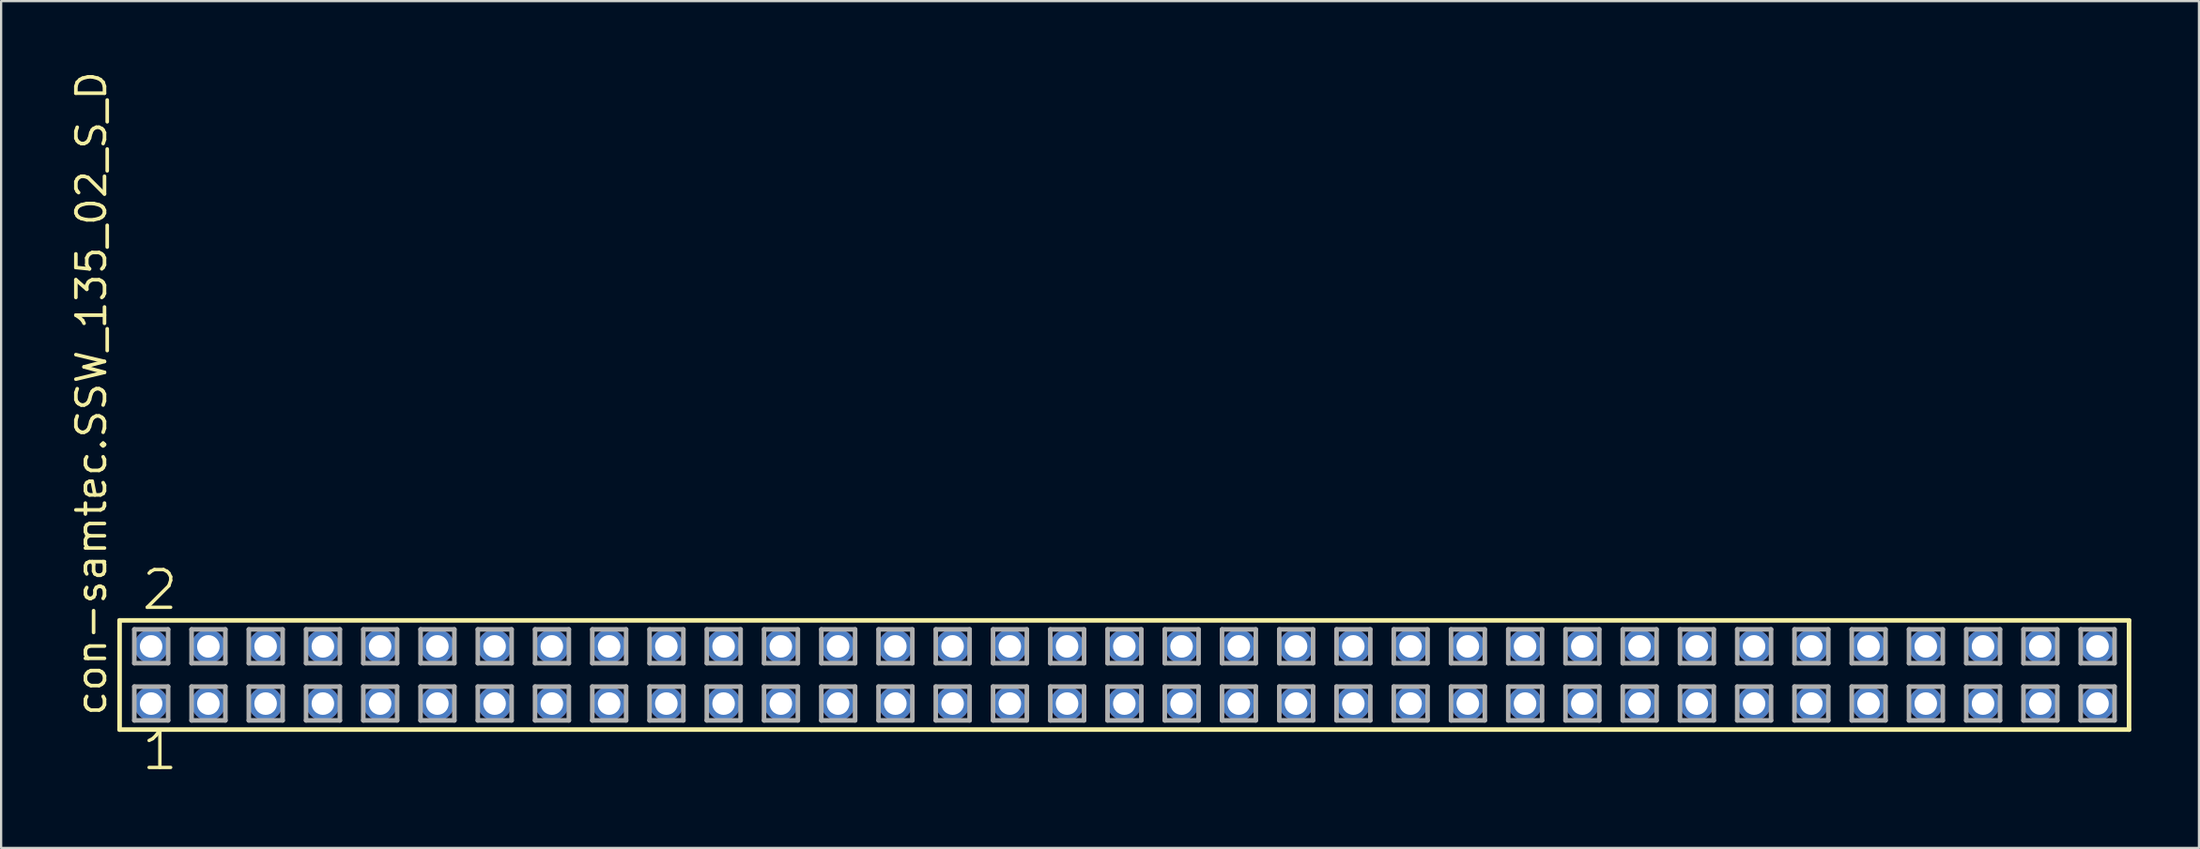
<source format=kicad_pcb>
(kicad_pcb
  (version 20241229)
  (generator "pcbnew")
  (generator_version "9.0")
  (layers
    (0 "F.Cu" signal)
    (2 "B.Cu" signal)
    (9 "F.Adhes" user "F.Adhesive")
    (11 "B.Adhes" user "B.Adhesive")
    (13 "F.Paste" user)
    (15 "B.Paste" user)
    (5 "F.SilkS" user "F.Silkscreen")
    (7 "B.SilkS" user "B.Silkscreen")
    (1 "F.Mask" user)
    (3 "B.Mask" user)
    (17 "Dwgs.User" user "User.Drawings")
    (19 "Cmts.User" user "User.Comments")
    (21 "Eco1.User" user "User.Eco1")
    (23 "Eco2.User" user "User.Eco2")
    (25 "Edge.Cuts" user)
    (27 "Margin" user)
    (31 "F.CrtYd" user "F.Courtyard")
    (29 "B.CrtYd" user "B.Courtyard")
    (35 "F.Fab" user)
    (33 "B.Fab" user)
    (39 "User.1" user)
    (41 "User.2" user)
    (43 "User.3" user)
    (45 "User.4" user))
  (footprint "con-samtec.SSW_135_02_S_D"
    (layer "F.Cu")
    (at 46.835 26.926)
    (property "Reference" "con-samtec.SSW_135_02_S_D" (at -45.085 1.905 90) (layer "F.SilkS") (effects (font (size 1.27 1.27) (thickness 0.16)) (justify left bottom)))
    (attr through_hole)
    (fp_line (start -44.579 -2.425) (end 44.579 -2.425) (stroke (width 0.203) (type default)) (layer "F.SilkS"))
    (fp_line (start -44.579 2.425) (end -44.579 -2.425) (stroke (width 0.203) (type default)) (layer "F.SilkS"))
    (fp_line (start 44.579 -2.425) (end 44.579 2.425) (stroke (width 0.203) (type default)) (layer "F.SilkS"))
    (fp_line (start 44.579 2.425) (end -44.579 2.425) (stroke (width 0.203) (type default)) (layer "F.SilkS"))
    (fp_line (start -43.925 -2.025) (end -42.425 -2.025) (stroke (width 0.203) (type default)) (layer "F.Fab"))
    (fp_line (start -43.925 -0.525) (end -43.925 -2.025) (stroke (width 0.203) (type default)) (layer "F.Fab"))
    (fp_line (start -43.925 0.515) (end -42.425 0.515) (stroke (width 0.203) (type default)) (layer "F.Fab"))
    (fp_line (start -43.925 2.015) (end -43.925 0.515) (stroke (width 0.203) (type default)) (layer "F.Fab"))
    (fp_line (start -42.425 -2.025) (end -42.425 -0.525) (stroke (width 0.203) (type default)) (layer "F.Fab"))
    (fp_line (start -42.425 -0.525) (end -43.925 -0.525) (stroke (width 0.203) (type default)) (layer "F.Fab"))
    (fp_line (start -42.425 0.515) (end -42.425 2.015) (stroke (width 0.203) (type default)) (layer "F.Fab"))
    (fp_line (start -42.425 2.015) (end -43.925 2.015) (stroke (width 0.203) (type default)) (layer "F.Fab"))
    (fp_line (start -41.385 -2.025) (end -39.885 -2.025) (stroke (width 0.203) (type default)) (layer "F.Fab"))
    (fp_line (start -41.385 -0.525) (end -41.385 -2.025) (stroke (width 0.203) (type default)) (layer "F.Fab"))
    (fp_line (start -41.385 0.515) (end -39.885 0.515) (stroke (width 0.203) (type default)) (layer "F.Fab"))
    (fp_line (start -41.385 2.015) (end -41.385 0.515) (stroke (width 0.203) (type default)) (layer "F.Fab"))
    (fp_line (start -39.885 -2.025) (end -39.885 -0.525) (stroke (width 0.203) (type default)) (layer "F.Fab"))
    (fp_line (start -39.885 -0.525) (end -41.385 -0.525) (stroke (width 0.203) (type default)) (layer "F.Fab"))
    (fp_line (start -39.885 0.515) (end -39.885 2.015) (stroke (width 0.203) (type default)) (layer "F.Fab"))
    (fp_line (start -39.885 2.015) (end -41.385 2.015) (stroke (width 0.203) (type default)) (layer "F.Fab"))
    (fp_line (start -38.845 -2.025) (end -37.345 -2.025) (stroke (width 0.203) (type default)) (layer "F.Fab"))
    (fp_line (start -38.845 -0.525) (end -38.845 -2.025) (stroke (width 0.203) (type default)) (layer "F.Fab"))
    (fp_line (start -38.845 0.515) (end -37.345 0.515) (stroke (width 0.203) (type default)) (layer "F.Fab"))
    (fp_line (start -38.845 2.015) (end -38.845 0.515) (stroke (width 0.203) (type default)) (layer "F.Fab"))
    (fp_line (start -37.345 -2.025) (end -37.345 -0.525) (stroke (width 0.203) (type default)) (layer "F.Fab"))
    (fp_line (start -37.345 -0.525) (end -38.845 -0.525) (stroke (width 0.203) (type default)) (layer "F.Fab"))
    (fp_line (start -37.345 0.515) (end -37.345 2.015) (stroke (width 0.203) (type default)) (layer "F.Fab"))
    (fp_line (start -37.345 2.015) (end -38.845 2.015) (stroke (width 0.203) (type default)) (layer "F.Fab"))
    (fp_line (start -36.305 -2.025) (end -34.805 -2.025) (stroke (width 0.203) (type default)) (layer "F.Fab"))
    (fp_line (start -36.305 -0.525) (end -36.305 -2.025) (stroke (width 0.203) (type default)) (layer "F.Fab"))
    (fp_line (start -36.305 0.515) (end -34.805 0.515) (stroke (width 0.203) (type default)) (layer "F.Fab"))
    (fp_line (start -36.305 2.015) (end -36.305 0.515) (stroke (width 0.203) (type default)) (layer "F.Fab"))
    (fp_line (start -34.805 -2.025) (end -34.805 -0.525) (stroke (width 0.203) (type default)) (layer "F.Fab"))
    (fp_line (start -34.805 -0.525) (end -36.305 -0.525) (stroke (width 0.203) (type default)) (layer "F.Fab"))
    (fp_line (start -34.805 0.515) (end -34.805 2.015) (stroke (width 0.203) (type default)) (layer "F.Fab"))
    (fp_line (start -34.805 2.015) (end -36.305 2.015) (stroke (width 0.203) (type default)) (layer "F.Fab"))
    (fp_line (start -33.765 -2.025) (end -32.265 -2.025) (stroke (width 0.203) (type default)) (layer "F.Fab"))
    (fp_line (start -33.765 -0.525) (end -33.765 -2.025) (stroke (width 0.203) (type default)) (layer "F.Fab"))
    (fp_line (start -33.765 0.515) (end -32.265 0.515) (stroke (width 0.203) (type default)) (layer "F.Fab"))
    (fp_line (start -33.765 2.015) (end -33.765 0.515) (stroke (width 0.203) (type default)) (layer "F.Fab"))
    (fp_line (start -32.265 -2.025) (end -32.265 -0.525) (stroke (width 0.203) (type default)) (layer "F.Fab"))
    (fp_line (start -32.265 -0.525) (end -33.765 -0.525) (stroke (width 0.203) (type default)) (layer "F.Fab"))
    (fp_line (start -32.265 0.515) (end -32.265 2.015) (stroke (width 0.203) (type default)) (layer "F.Fab"))
    (fp_line (start -32.265 2.015) (end -33.765 2.015) (stroke (width 0.203) (type default)) (layer "F.Fab"))
    (fp_line (start -31.225 -2.025) (end -29.725 -2.025) (stroke (width 0.203) (type default)) (layer "F.Fab"))
    (fp_line (start -31.225 -0.525) (end -31.225 -2.025) (stroke (width 0.203) (type default)) (layer "F.Fab"))
    (fp_line (start -31.225 0.515) (end -29.725 0.515) (stroke (width 0.203) (type default)) (layer "F.Fab"))
    (fp_line (start -31.225 2.015) (end -31.225 0.515) (stroke (width 0.203) (type default)) (layer "F.Fab"))
    (fp_line (start -29.725 -2.025) (end -29.725 -0.525) (stroke (width 0.203) (type default)) (layer "F.Fab"))
    (fp_line (start -29.725 -0.525) (end -31.225 -0.525) (stroke (width 0.203) (type default)) (layer "F.Fab"))
    (fp_line (start -29.725 0.515) (end -29.725 2.015) (stroke (width 0.203) (type default)) (layer "F.Fab"))
    (fp_line (start -29.725 2.015) (end -31.225 2.015) (stroke (width 0.203) (type default)) (layer "F.Fab"))
    (fp_line (start -28.685 -2.025) (end -27.185 -2.025) (stroke (width 0.203) (type default)) (layer "F.Fab"))
    (fp_line (start -28.685 -0.525) (end -28.685 -2.025) (stroke (width 0.203) (type default)) (layer "F.Fab"))
    (fp_line (start -28.685 0.515) (end -27.185 0.515) (stroke (width 0.203) (type default)) (layer "F.Fab"))
    (fp_line (start -28.685 2.015) (end -28.685 0.515) (stroke (width 0.203) (type default)) (layer "F.Fab"))
    (fp_line (start -27.185 -2.025) (end -27.185 -0.525) (stroke (width 0.203) (type default)) (layer "F.Fab"))
    (fp_line (start -27.185 -0.525) (end -28.685 -0.525) (stroke (width 0.203) (type default)) (layer "F.Fab"))
    (fp_line (start -27.185 0.515) (end -27.185 2.015) (stroke (width 0.203) (type default)) (layer "F.Fab"))
    (fp_line (start -27.185 2.015) (end -28.685 2.015) (stroke (width 0.203) (type default)) (layer "F.Fab"))
    (fp_line (start -26.145 -2.025) (end -24.645 -2.025) (stroke (width 0.203) (type default)) (layer "F.Fab"))
    (fp_line (start -26.145 -0.525) (end -26.145 -2.025) (stroke (width 0.203) (type default)) (layer "F.Fab"))
    (fp_line (start -26.145 0.515) (end -24.645 0.515) (stroke (width 0.203) (type default)) (layer "F.Fab"))
    (fp_line (start -26.145 2.015) (end -26.145 0.515) (stroke (width 0.203) (type default)) (layer "F.Fab"))
    (fp_line (start -24.645 -2.025) (end -24.645 -0.525) (stroke (width 0.203) (type default)) (layer "F.Fab"))
    (fp_line (start -24.645 -0.525) (end -26.145 -0.525) (stroke (width 0.203) (type default)) (layer "F.Fab"))
    (fp_line (start -24.645 0.515) (end -24.645 2.015) (stroke (width 0.203) (type default)) (layer "F.Fab"))
    (fp_line (start -24.645 2.015) (end -26.145 2.015) (stroke (width 0.203) (type default)) (layer "F.Fab"))
    (fp_line (start -23.605 -2.025) (end -22.105 -2.025) (stroke (width 0.203) (type default)) (layer "F.Fab"))
    (fp_line (start -23.605 -0.525) (end -23.605 -2.025) (stroke (width 0.203) (type default)) (layer "F.Fab"))
    (fp_line (start -23.605 0.515) (end -22.105 0.515) (stroke (width 0.203) (type default)) (layer "F.Fab"))
    (fp_line (start -23.605 2.015) (end -23.605 0.515) (stroke (width 0.203) (type default)) (layer "F.Fab"))
    (fp_line (start -22.105 -2.025) (end -22.105 -0.525) (stroke (width 0.203) (type default)) (layer "F.Fab"))
    (fp_line (start -22.105 -0.525) (end -23.605 -0.525) (stroke (width 0.203) (type default)) (layer "F.Fab"))
    (fp_line (start -22.105 0.515) (end -22.105 2.015) (stroke (width 0.203) (type default)) (layer "F.Fab"))
    (fp_line (start -22.105 2.015) (end -23.605 2.015) (stroke (width 0.203) (type default)) (layer "F.Fab"))
    (fp_line (start -21.065 -2.025) (end -19.565 -2.025) (stroke (width 0.203) (type default)) (layer "F.Fab"))
    (fp_line (start -21.065 -0.525) (end -21.065 -2.025) (stroke (width 0.203) (type default)) (layer "F.Fab"))
    (fp_line (start -21.065 0.515) (end -19.565 0.515) (stroke (width 0.203) (type default)) (layer "F.Fab"))
    (fp_line (start -21.065 2.015) (end -21.065 0.515) (stroke (width 0.203) (type default)) (layer "F.Fab"))
    (fp_line (start -19.565 -2.025) (end -19.565 -0.525) (stroke (width 0.203) (type default)) (layer "F.Fab"))
    (fp_line (start -19.565 -0.525) (end -21.065 -0.525) (stroke (width 0.203) (type default)) (layer "F.Fab"))
    (fp_line (start -19.565 0.515) (end -19.565 2.015) (stroke (width 0.203) (type default)) (layer "F.Fab"))
    (fp_line (start -19.565 2.015) (end -21.065 2.015) (stroke (width 0.203) (type default)) (layer "F.Fab"))
    (fp_line (start -18.525 -2.025) (end -17.025 -2.025) (stroke (width 0.203) (type default)) (layer "F.Fab"))
    (fp_line (start -18.525 -0.525) (end -18.525 -2.025) (stroke (width 0.203) (type default)) (layer "F.Fab"))
    (fp_line (start -18.525 0.515) (end -17.025 0.515) (stroke (width 0.203) (type default)) (layer "F.Fab"))
    (fp_line (start -18.525 2.015) (end -18.525 0.515) (stroke (width 0.203) (type default)) (layer "F.Fab"))
    (fp_line (start -17.025 -2.025) (end -17.025 -0.525) (stroke (width 0.203) (type default)) (layer "F.Fab"))
    (fp_line (start -17.025 -0.525) (end -18.525 -0.525) (stroke (width 0.203) (type default)) (layer "F.Fab"))
    (fp_line (start -17.025 0.515) (end -17.025 2.015) (stroke (width 0.203) (type default)) (layer "F.Fab"))
    (fp_line (start -17.025 2.015) (end -18.525 2.015) (stroke (width 0.203) (type default)) (layer "F.Fab"))
    (fp_line (start -15.985 -2.025) (end -14.485 -2.025) (stroke (width 0.203) (type default)) (layer "F.Fab"))
    (fp_line (start -15.985 -0.525) (end -15.985 -2.025) (stroke (width 0.203) (type default)) (layer "F.Fab"))
    (fp_line (start -15.985 0.515) (end -14.485 0.515) (stroke (width 0.203) (type default)) (layer "F.Fab"))
    (fp_line (start -15.985 2.015) (end -15.985 0.515) (stroke (width 0.203) (type default)) (layer "F.Fab"))
    (fp_line (start -14.485 -2.025) (end -14.485 -0.525) (stroke (width 0.203) (type default)) (layer "F.Fab"))
    (fp_line (start -14.485 -0.525) (end -15.985 -0.525) (stroke (width 0.203) (type default)) (layer "F.Fab"))
    (fp_line (start -14.485 0.515) (end -14.485 2.015) (stroke (width 0.203) (type default)) (layer "F.Fab"))
    (fp_line (start -14.485 2.015) (end -15.985 2.015) (stroke (width 0.203) (type default)) (layer "F.Fab"))
    (fp_line (start -13.445 -2.025) (end -11.945 -2.025) (stroke (width 0.203) (type default)) (layer "F.Fab"))
    (fp_line (start -13.445 -0.525) (end -13.445 -2.025) (stroke (width 0.203) (type default)) (layer "F.Fab"))
    (fp_line (start -13.445 0.515) (end -11.945 0.515) (stroke (width 0.203) (type default)) (layer "F.Fab"))
    (fp_line (start -13.445 2.015) (end -13.445 0.515) (stroke (width 0.203) (type default)) (layer "F.Fab"))
    (fp_line (start -11.945 -2.025) (end -11.945 -0.525) (stroke (width 0.203) (type default)) (layer "F.Fab"))
    (fp_line (start -11.945 -0.525) (end -13.445 -0.525) (stroke (width 0.203) (type default)) (layer "F.Fab"))
    (fp_line (start -11.945 0.515) (end -11.945 2.015) (stroke (width 0.203) (type default)) (layer "F.Fab"))
    (fp_line (start -11.945 2.015) (end -13.445 2.015) (stroke (width 0.203) (type default)) (layer "F.Fab"))
    (fp_line (start -10.905 -2.025) (end -9.405 -2.025) (stroke (width 0.203) (type default)) (layer "F.Fab"))
    (fp_line (start -10.905 -0.525) (end -10.905 -2.025) (stroke (width 0.203) (type default)) (layer "F.Fab"))
    (fp_line (start -10.905 0.515) (end -9.405 0.515) (stroke (width 0.203) (type default)) (layer "F.Fab"))
    (fp_line (start -10.905 2.015) (end -10.905 0.515) (stroke (width 0.203) (type default)) (layer "F.Fab"))
    (fp_line (start -9.405 -2.025) (end -9.405 -0.525) (stroke (width 0.203) (type default)) (layer "F.Fab"))
    (fp_line (start -9.405 -0.525) (end -10.905 -0.525) (stroke (width 0.203) (type default)) (layer "F.Fab"))
    (fp_line (start -9.405 0.515) (end -9.405 2.015) (stroke (width 0.203) (type default)) (layer "F.Fab"))
    (fp_line (start -9.405 2.015) (end -10.905 2.015) (stroke (width 0.203) (type default)) (layer "F.Fab"))
    (fp_line (start -8.365 -2.025) (end -6.865 -2.025) (stroke (width 0.203) (type default)) (layer "F.Fab"))
    (fp_line (start -8.365 -0.525) (end -8.365 -2.025) (stroke (width 0.203) (type default)) (layer "F.Fab"))
    (fp_line (start -8.365 0.515) (end -6.865 0.515) (stroke (width 0.203) (type default)) (layer "F.Fab"))
    (fp_line (start -8.365 2.015) (end -8.365 0.515) (stroke (width 0.203) (type default)) (layer "F.Fab"))
    (fp_line (start -6.865 -2.025) (end -6.865 -0.525) (stroke (width 0.203) (type default)) (layer "F.Fab"))
    (fp_line (start -6.865 -0.525) (end -8.365 -0.525) (stroke (width 0.203) (type default)) (layer "F.Fab"))
    (fp_line (start -6.865 0.515) (end -6.865 2.015) (stroke (width 0.203) (type default)) (layer "F.Fab"))
    (fp_line (start -6.865 2.015) (end -8.365 2.015) (stroke (width 0.203) (type default)) (layer "F.Fab"))
    (fp_line (start -5.825 -2.025) (end -4.325 -2.025) (stroke (width 0.203) (type default)) (layer "F.Fab"))
    (fp_line (start -5.825 -0.525) (end -5.825 -2.025) (stroke (width 0.203) (type default)) (layer "F.Fab"))
    (fp_line (start -5.825 0.515) (end -4.325 0.515) (stroke (width 0.203) (type default)) (layer "F.Fab"))
    (fp_line (start -5.825 2.015) (end -5.825 0.515) (stroke (width 0.203) (type default)) (layer "F.Fab"))
    (fp_line (start -4.325 -2.025) (end -4.325 -0.525) (stroke (width 0.203) (type default)) (layer "F.Fab"))
    (fp_line (start -4.325 -0.525) (end -5.825 -0.525) (stroke (width 0.203) (type default)) (layer "F.Fab"))
    (fp_line (start -4.325 0.515) (end -4.325 2.015) (stroke (width 0.203) (type default)) (layer "F.Fab"))
    (fp_line (start -4.325 2.015) (end -5.825 2.015) (stroke (width 0.203) (type default)) (layer "F.Fab"))
    (fp_line (start -3.285 -2.025) (end -1.785 -2.025) (stroke (width 0.203) (type default)) (layer "F.Fab"))
    (fp_line (start -3.285 -0.525) (end -3.285 -2.025) (stroke (width 0.203) (type default)) (layer "F.Fab"))
    (fp_line (start -3.285 0.515) (end -1.785 0.515) (stroke (width 0.203) (type default)) (layer "F.Fab"))
    (fp_line (start -3.285 2.015) (end -3.285 0.515) (stroke (width 0.203) (type default)) (layer "F.Fab"))
    (fp_line (start -1.785 -2.025) (end -1.785 -0.525) (stroke (width 0.203) (type default)) (layer "F.Fab"))
    (fp_line (start -1.785 -0.525) (end -3.285 -0.525) (stroke (width 0.203) (type default)) (layer "F.Fab"))
    (fp_line (start -1.785 0.515) (end -1.785 2.015) (stroke (width 0.203) (type default)) (layer "F.Fab"))
    (fp_line (start -1.785 2.015) (end -3.285 2.015) (stroke (width 0.203) (type default)) (layer "F.Fab"))
    (fp_line (start -0.745 -2.025) (end 0.755 -2.025) (stroke (width 0.203) (type default)) (layer "F.Fab"))
    (fp_line (start -0.745 -0.525) (end -0.745 -2.025) (stroke (width 0.203) (type default)) (layer "F.Fab"))
    (fp_line (start -0.745 0.515) (end 0.755 0.515) (stroke (width 0.203) (type default)) (layer "F.Fab"))
    (fp_line (start -0.745 2.015) (end -0.745 0.515) (stroke (width 0.203) (type default)) (layer "F.Fab"))
    (fp_line (start 0.755 -2.025) (end 0.755 -0.525) (stroke (width 0.203) (type default)) (layer "F.Fab"))
    (fp_line (start 0.755 -0.525) (end -0.745 -0.525) (stroke (width 0.203) (type default)) (layer "F.Fab"))
    (fp_line (start 0.755 0.515) (end 0.755 2.015) (stroke (width 0.203) (type default)) (layer "F.Fab"))
    (fp_line (start 0.755 2.015) (end -0.745 2.015) (stroke (width 0.203) (type default)) (layer "F.Fab"))
    (fp_line (start 1.795 -2.025) (end 3.295 -2.025) (stroke (width 0.203) (type default)) (layer "F.Fab"))
    (fp_line (start 1.795 -0.525) (end 1.795 -2.025) (stroke (width 0.203) (type default)) (layer "F.Fab"))
    (fp_line (start 1.795 0.515) (end 3.295 0.515) (stroke (width 0.203) (type default)) (layer "F.Fab"))
    (fp_line (start 1.795 2.015) (end 1.795 0.515) (stroke (width 0.203) (type default)) (layer "F.Fab"))
    (fp_line (start 3.295 -2.025) (end 3.295 -0.525) (stroke (width 0.203) (type default)) (layer "F.Fab"))
    (fp_line (start 3.295 -0.525) (end 1.795 -0.525) (stroke (width 0.203) (type default)) (layer "F.Fab"))
    (fp_line (start 3.295 0.515) (end 3.295 2.015) (stroke (width 0.203) (type default)) (layer "F.Fab"))
    (fp_line (start 3.295 2.015) (end 1.795 2.015) (stroke (width 0.203) (type default)) (layer "F.Fab"))
    (fp_line (start 4.335 -2.025) (end 5.835 -2.025) (stroke (width 0.203) (type default)) (layer "F.Fab"))
    (fp_line (start 4.335 -0.525) (end 4.335 -2.025) (stroke (width 0.203) (type default)) (layer "F.Fab"))
    (fp_line (start 4.335 0.515) (end 5.835 0.515) (stroke (width 0.203) (type default)) (layer "F.Fab"))
    (fp_line (start 4.335 2.015) (end 4.335 0.515) (stroke (width 0.203) (type default)) (layer "F.Fab"))
    (fp_line (start 5.835 -2.025) (end 5.835 -0.525) (stroke (width 0.203) (type default)) (layer "F.Fab"))
    (fp_line (start 5.835 -0.525) (end 4.335 -0.525) (stroke (width 0.203) (type default)) (layer "F.Fab"))
    (fp_line (start 5.835 0.515) (end 5.835 2.015) (stroke (width 0.203) (type default)) (layer "F.Fab"))
    (fp_line (start 5.835 2.015) (end 4.335 2.015) (stroke (width 0.203) (type default)) (layer "F.Fab"))
    (fp_line (start 6.875 -2.025) (end 8.375 -2.025) (stroke (width 0.203) (type default)) (layer "F.Fab"))
    (fp_line (start 6.875 -0.525) (end 6.875 -2.025) (stroke (width 0.203) (type default)) (layer "F.Fab"))
    (fp_line (start 6.875 0.515) (end 8.375 0.515) (stroke (width 0.203) (type default)) (layer "F.Fab"))
    (fp_line (start 6.875 2.015) (end 6.875 0.515) (stroke (width 0.203) (type default)) (layer "F.Fab"))
    (fp_line (start 8.375 -2.025) (end 8.375 -0.525) (stroke (width 0.203) (type default)) (layer "F.Fab"))
    (fp_line (start 8.375 -0.525) (end 6.875 -0.525) (stroke (width 0.203) (type default)) (layer "F.Fab"))
    (fp_line (start 8.375 0.515) (end 8.375 2.015) (stroke (width 0.203) (type default)) (layer "F.Fab"))
    (fp_line (start 8.375 2.015) (end 6.875 2.015) (stroke (width 0.203) (type default)) (layer "F.Fab"))
    (fp_line (start 9.415 -2.025) (end 10.915 -2.025) (stroke (width 0.203) (type default)) (layer "F.Fab"))
    (fp_line (start 9.415 -0.525) (end 9.415 -2.025) (stroke (width 0.203) (type default)) (layer "F.Fab"))
    (fp_line (start 9.415 0.515) (end 10.915 0.515) (stroke (width 0.203) (type default)) (layer "F.Fab"))
    (fp_line (start 9.415 2.015) (end 9.415 0.515) (stroke (width 0.203) (type default)) (layer "F.Fab"))
    (fp_line (start 10.915 -2.025) (end 10.915 -0.525) (stroke (width 0.203) (type default)) (layer "F.Fab"))
    (fp_line (start 10.915 -0.525) (end 9.415 -0.525) (stroke (width 0.203) (type default)) (layer "F.Fab"))
    (fp_line (start 10.915 0.515) (end 10.915 2.015) (stroke (width 0.203) (type default)) (layer "F.Fab"))
    (fp_line (start 10.915 2.015) (end 9.415 2.015) (stroke (width 0.203) (type default)) (layer "F.Fab"))
    (fp_line (start 11.955 -2.025) (end 13.455 -2.025) (stroke (width 0.203) (type default)) (layer "F.Fab"))
    (fp_line (start 11.955 -0.525) (end 11.955 -2.025) (stroke (width 0.203) (type default)) (layer "F.Fab"))
    (fp_line (start 11.955 0.515) (end 13.455 0.515) (stroke (width 0.203) (type default)) (layer "F.Fab"))
    (fp_line (start 11.955 2.015) (end 11.955 0.515) (stroke (width 0.203) (type default)) (layer "F.Fab"))
    (fp_line (start 13.455 -2.025) (end 13.455 -0.525) (stroke (width 0.203) (type default)) (layer "F.Fab"))
    (fp_line (start 13.455 -0.525) (end 11.955 -0.525) (stroke (width 0.203) (type default)) (layer "F.Fab"))
    (fp_line (start 13.455 0.515) (end 13.455 2.015) (stroke (width 0.203) (type default)) (layer "F.Fab"))
    (fp_line (start 13.455 2.015) (end 11.955 2.015) (stroke (width 0.203) (type default)) (layer "F.Fab"))
    (fp_line (start 14.495 -2.025) (end 15.995 -2.025) (stroke (width 0.203) (type default)) (layer "F.Fab"))
    (fp_line (start 14.495 -0.525) (end 14.495 -2.025) (stroke (width 0.203) (type default)) (layer "F.Fab"))
    (fp_line (start 14.495 0.515) (end 15.995 0.515) (stroke (width 0.203) (type default)) (layer "F.Fab"))
    (fp_line (start 14.495 2.015) (end 14.495 0.515) (stroke (width 0.203) (type default)) (layer "F.Fab"))
    (fp_line (start 15.995 -2.025) (end 15.995 -0.525) (stroke (width 0.203) (type default)) (layer "F.Fab"))
    (fp_line (start 15.995 -0.525) (end 14.495 -0.525) (stroke (width 0.203) (type default)) (layer "F.Fab"))
    (fp_line (start 15.995 0.515) (end 15.995 2.015) (stroke (width 0.203) (type default)) (layer "F.Fab"))
    (fp_line (start 15.995 2.015) (end 14.495 2.015) (stroke (width 0.203) (type default)) (layer "F.Fab"))
    (fp_line (start 17.035 -2.025) (end 18.535 -2.025) (stroke (width 0.203) (type default)) (layer "F.Fab"))
    (fp_line (start 17.035 -0.525) (end 17.035 -2.025) (stroke (width 0.203) (type default)) (layer "F.Fab"))
    (fp_line (start 17.035 0.515) (end 18.535 0.515) (stroke (width 0.203) (type default)) (layer "F.Fab"))
    (fp_line (start 17.035 2.015) (end 17.035 0.515) (stroke (width 0.203) (type default)) (layer "F.Fab"))
    (fp_line (start 18.535 -2.025) (end 18.535 -0.525) (stroke (width 0.203) (type default)) (layer "F.Fab"))
    (fp_line (start 18.535 -0.525) (end 17.035 -0.525) (stroke (width 0.203) (type default)) (layer "F.Fab"))
    (fp_line (start 18.535 0.515) (end 18.535 2.015) (stroke (width 0.203) (type default)) (layer "F.Fab"))
    (fp_line (start 18.535 2.015) (end 17.035 2.015) (stroke (width 0.203) (type default)) (layer "F.Fab"))
    (fp_line (start 19.575 -2.025) (end 21.075 -2.025) (stroke (width 0.203) (type default)) (layer "F.Fab"))
    (fp_line (start 19.575 -0.525) (end 19.575 -2.025) (stroke (width 0.203) (type default)) (layer "F.Fab"))
    (fp_line (start 19.575 0.515) (end 21.075 0.515) (stroke (width 0.203) (type default)) (layer "F.Fab"))
    (fp_line (start 19.575 2.015) (end 19.575 0.515) (stroke (width 0.203) (type default)) (layer "F.Fab"))
    (fp_line (start 21.075 -2.025) (end 21.075 -0.525) (stroke (width 0.203) (type default)) (layer "F.Fab"))
    (fp_line (start 21.075 -0.525) (end 19.575 -0.525) (stroke (width 0.203) (type default)) (layer "F.Fab"))
    (fp_line (start 21.075 0.515) (end 21.075 2.015) (stroke (width 0.203) (type default)) (layer "F.Fab"))
    (fp_line (start 21.075 2.015) (end 19.575 2.015) (stroke (width 0.203) (type default)) (layer "F.Fab"))
    (fp_line (start 22.115 -2.025) (end 23.615 -2.025) (stroke (width 0.203) (type default)) (layer "F.Fab"))
    (fp_line (start 22.115 -0.525) (end 22.115 -2.025) (stroke (width 0.203) (type default)) (layer "F.Fab"))
    (fp_line (start 22.115 0.515) (end 23.615 0.515) (stroke (width 0.203) (type default)) (layer "F.Fab"))
    (fp_line (start 22.115 2.015) (end 22.115 0.515) (stroke (width 0.203) (type default)) (layer "F.Fab"))
    (fp_line (start 23.615 -2.025) (end 23.615 -0.525) (stroke (width 0.203) (type default)) (layer "F.Fab"))
    (fp_line (start 23.615 -0.525) (end 22.115 -0.525) (stroke (width 0.203) (type default)) (layer "F.Fab"))
    (fp_line (start 23.615 0.515) (end 23.615 2.015) (stroke (width 0.203) (type default)) (layer "F.Fab"))
    (fp_line (start 23.615 2.015) (end 22.115 2.015) (stroke (width 0.203) (type default)) (layer "F.Fab"))
    (fp_line (start 24.655 -2.025) (end 26.155 -2.025) (stroke (width 0.203) (type default)) (layer "F.Fab"))
    (fp_line (start 24.655 -0.525) (end 24.655 -2.025) (stroke (width 0.203) (type default)) (layer "F.Fab"))
    (fp_line (start 24.655 0.515) (end 26.155 0.515) (stroke (width 0.203) (type default)) (layer "F.Fab"))
    (fp_line (start 24.655 2.015) (end 24.655 0.515) (stroke (width 0.203) (type default)) (layer "F.Fab"))
    (fp_line (start 26.155 -2.025) (end 26.155 -0.525) (stroke (width 0.203) (type default)) (layer "F.Fab"))
    (fp_line (start 26.155 -0.525) (end 24.655 -0.525) (stroke (width 0.203) (type default)) (layer "F.Fab"))
    (fp_line (start 26.155 0.515) (end 26.155 2.015) (stroke (width 0.203) (type default)) (layer "F.Fab"))
    (fp_line (start 26.155 2.015) (end 24.655 2.015) (stroke (width 0.203) (type default)) (layer "F.Fab"))
    (fp_line (start 27.195 -2.025) (end 28.695 -2.025) (stroke (width 0.203) (type default)) (layer "F.Fab"))
    (fp_line (start 27.195 -0.525) (end 27.195 -2.025) (stroke (width 0.203) (type default)) (layer "F.Fab"))
    (fp_line (start 27.195 0.515) (end 28.695 0.515) (stroke (width 0.203) (type default)) (layer "F.Fab"))
    (fp_line (start 27.195 2.015) (end 27.195 0.515) (stroke (width 0.203) (type default)) (layer "F.Fab"))
    (fp_line (start 28.695 -2.025) (end 28.695 -0.525) (stroke (width 0.203) (type default)) (layer "F.Fab"))
    (fp_line (start 28.695 -0.525) (end 27.195 -0.525) (stroke (width 0.203) (type default)) (layer "F.Fab"))
    (fp_line (start 28.695 0.515) (end 28.695 2.015) (stroke (width 0.203) (type default)) (layer "F.Fab"))
    (fp_line (start 28.695 2.015) (end 27.195 2.015) (stroke (width 0.203) (type default)) (layer "F.Fab"))
    (fp_line (start 29.735 -2.025) (end 31.235 -2.025) (stroke (width 0.203) (type default)) (layer "F.Fab"))
    (fp_line (start 29.735 -0.525) (end 29.735 -2.025) (stroke (width 0.203) (type default)) (layer "F.Fab"))
    (fp_line (start 29.735 0.515) (end 31.235 0.515) (stroke (width 0.203) (type default)) (layer "F.Fab"))
    (fp_line (start 29.735 2.015) (end 29.735 0.515) (stroke (width 0.203) (type default)) (layer "F.Fab"))
    (fp_line (start 31.235 -2.025) (end 31.235 -0.525) (stroke (width 0.203) (type default)) (layer "F.Fab"))
    (fp_line (start 31.235 -0.525) (end 29.735 -0.525) (stroke (width 0.203) (type default)) (layer "F.Fab"))
    (fp_line (start 31.235 0.515) (end 31.235 2.015) (stroke (width 0.203) (type default)) (layer "F.Fab"))
    (fp_line (start 31.235 2.015) (end 29.735 2.015) (stroke (width 0.203) (type default)) (layer "F.Fab"))
    (fp_line (start 32.275 -2.025) (end 33.775 -2.025) (stroke (width 0.203) (type default)) (layer "F.Fab"))
    (fp_line (start 32.275 -0.525) (end 32.275 -2.025) (stroke (width 0.203) (type default)) (layer "F.Fab"))
    (fp_line (start 32.275 0.515) (end 33.775 0.515) (stroke (width 0.203) (type default)) (layer "F.Fab"))
    (fp_line (start 32.275 2.015) (end 32.275 0.515) (stroke (width 0.203) (type default)) (layer "F.Fab"))
    (fp_line (start 33.775 -2.025) (end 33.775 -0.525) (stroke (width 0.203) (type default)) (layer "F.Fab"))
    (fp_line (start 33.775 -0.525) (end 32.275 -0.525) (stroke (width 0.203) (type default)) (layer "F.Fab"))
    (fp_line (start 33.775 0.515) (end 33.775 2.015) (stroke (width 0.203) (type default)) (layer "F.Fab"))
    (fp_line (start 33.775 2.015) (end 32.275 2.015) (stroke (width 0.203) (type default)) (layer "F.Fab"))
    (fp_line (start 34.815 -2.025) (end 36.315 -2.025) (stroke (width 0.203) (type default)) (layer "F.Fab"))
    (fp_line (start 34.815 -0.525) (end 34.815 -2.025) (stroke (width 0.203) (type default)) (layer "F.Fab"))
    (fp_line (start 34.815 0.515) (end 36.315 0.515) (stroke (width 0.203) (type default)) (layer "F.Fab"))
    (fp_line (start 34.815 2.015) (end 34.815 0.515) (stroke (width 0.203) (type default)) (layer "F.Fab"))
    (fp_line (start 36.315 -2.025) (end 36.315 -0.525) (stroke (width 0.203) (type default)) (layer "F.Fab"))
    (fp_line (start 36.315 -0.525) (end 34.815 -0.525) (stroke (width 0.203) (type default)) (layer "F.Fab"))
    (fp_line (start 36.315 0.515) (end 36.315 2.015) (stroke (width 0.203) (type default)) (layer "F.Fab"))
    (fp_line (start 36.315 2.015) (end 34.815 2.015) (stroke (width 0.203) (type default)) (layer "F.Fab"))
    (fp_line (start 37.355 -2.025) (end 38.855 -2.025) (stroke (width 0.203) (type default)) (layer "F.Fab"))
    (fp_line (start 37.355 -0.525) (end 37.355 -2.025) (stroke (width 0.203) (type default)) (layer "F.Fab"))
    (fp_line (start 37.355 0.515) (end 38.855 0.515) (stroke (width 0.203) (type default)) (layer "F.Fab"))
    (fp_line (start 37.355 2.015) (end 37.355 0.515) (stroke (width 0.203) (type default)) (layer "F.Fab"))
    (fp_line (start 38.855 -2.025) (end 38.855 -0.525) (stroke (width 0.203) (type default)) (layer "F.Fab"))
    (fp_line (start 38.855 -0.525) (end 37.355 -0.525) (stroke (width 0.203) (type default)) (layer "F.Fab"))
    (fp_line (start 38.855 0.515) (end 38.855 2.015) (stroke (width 0.203) (type default)) (layer "F.Fab"))
    (fp_line (start 38.855 2.015) (end 37.355 2.015) (stroke (width 0.203) (type default)) (layer "F.Fab"))
    (fp_line (start 39.895 -2.025) (end 41.395 -2.025) (stroke (width 0.203) (type default)) (layer "F.Fab"))
    (fp_line (start 39.895 -0.525) (end 39.895 -2.025) (stroke (width 0.203) (type default)) (layer "F.Fab"))
    (fp_line (start 39.895 0.515) (end 41.395 0.515) (stroke (width 0.203) (type default)) (layer "F.Fab"))
    (fp_line (start 39.895 2.015) (end 39.895 0.515) (stroke (width 0.203) (type default)) (layer "F.Fab"))
    (fp_line (start 41.395 -2.025) (end 41.395 -0.525) (stroke (width 0.203) (type default)) (layer "F.Fab"))
    (fp_line (start 41.395 -0.525) (end 39.895 -0.525) (stroke (width 0.203) (type default)) (layer "F.Fab"))
    (fp_line (start 41.395 0.515) (end 41.395 2.015) (stroke (width 0.203) (type default)) (layer "F.Fab"))
    (fp_line (start 41.395 2.015) (end 39.895 2.015) (stroke (width 0.203) (type default)) (layer "F.Fab"))
    (fp_line (start 42.435 -2.025) (end 43.935 -2.025) (stroke (width 0.203) (type default)) (layer "F.Fab"))
    (fp_line (start 42.435 -0.525) (end 42.435 -2.025) (stroke (width 0.203) (type default)) (layer "F.Fab"))
    (fp_line (start 42.435 0.515) (end 43.935 0.515) (stroke (width 0.203) (type default)) (layer "F.Fab"))
    (fp_line (start 42.435 2.015) (end 42.435 0.515) (stroke (width 0.203) (type default)) (layer "F.Fab"))
    (fp_line (start 43.935 -2.025) (end 43.935 -0.525) (stroke (width 0.203) (type default)) (layer "F.Fab"))
    (fp_line (start 43.935 -0.525) (end 42.435 -0.525) (stroke (width 0.203) (type default)) (layer "F.Fab"))
    (fp_line (start 43.935 0.515) (end 43.935 2.015) (stroke (width 0.203) (type default)) (layer "F.Fab"))
    (fp_line (start 43.935 2.015) (end 42.435 2.015) (stroke (width 0.203) (type default)) (layer "F.Fab"))
    (fp_text user "1" (at -43.688 4.318 0) (layer "F.SilkS") (effects (font (size 1.676 1.676) (thickness 0.15)) (justify left bottom)))
    (fp_text user "2" (at -43.688 -2.794 0) (layer "F.SilkS") (effects (font (size 1.676 1.676) (thickness 0.15)) (justify left bottom)))
    (pad "1" thru_hole circle (at -43.18 1.27) (size 1.5 1.5) (drill 1) (layers "*.Cu" "*.Mask"))
    (pad "2" thru_hole circle (at -43.18 -1.27) (size 1.5 1.5) (drill 1) (layers "*.Cu" "*.Mask"))
    (pad "3" thru_hole circle (at -40.64 1.27) (size 1.5 1.5) (drill 1) (layers "*.Cu" "*.Mask"))
    (pad "4" thru_hole circle (at -40.64 -1.27) (size 1.5 1.5) (drill 1) (layers "*.Cu" "*.Mask"))
    (pad "5" thru_hole circle (at -38.1 1.27) (size 1.5 1.5) (drill 1) (layers "*.Cu" "*.Mask"))
    (pad "6" thru_hole circle (at -38.1 -1.27) (size 1.5 1.5) (drill 1) (layers "*.Cu" "*.Mask"))
    (pad "7" thru_hole circle (at -35.56 1.27) (size 1.5 1.5) (drill 1) (layers "*.Cu" "*.Mask"))
    (pad "8" thru_hole circle (at -35.56 -1.27) (size 1.5 1.5) (drill 1) (layers "*.Cu" "*.Mask"))
    (pad "9" thru_hole circle (at -33.02 1.27) (size 1.5 1.5) (drill 1) (layers "*.Cu" "*.Mask"))
    (pad "10" thru_hole circle (at -33.02 -1.27) (size 1.5 1.5) (drill 1) (layers "*.Cu" "*.Mask"))
    (pad "11" thru_hole circle (at -30.48 1.27) (size 1.5 1.5) (drill 1) (layers "*.Cu" "*.Mask"))
    (pad "12" thru_hole circle (at -30.48 -1.27) (size 1.5 1.5) (drill 1) (layers "*.Cu" "*.Mask"))
    (pad "13" thru_hole circle (at -27.94 1.27) (size 1.5 1.5) (drill 1) (layers "*.Cu" "*.Mask"))
    (pad "14" thru_hole circle (at -27.94 -1.27) (size 1.5 1.5) (drill 1) (layers "*.Cu" "*.Mask"))
    (pad "15" thru_hole circle (at -25.4 1.27) (size 1.5 1.5) (drill 1) (layers "*.Cu" "*.Mask"))
    (pad "16" thru_hole circle (at -25.4 -1.27) (size 1.5 1.5) (drill 1) (layers "*.Cu" "*.Mask"))
    (pad "17" thru_hole circle (at -22.86 1.27) (size 1.5 1.5) (drill 1) (layers "*.Cu" "*.Mask"))
    (pad "18" thru_hole circle (at -22.86 -1.27) (size 1.5 1.5) (drill 1) (layers "*.Cu" "*.Mask"))
    (pad "19" thru_hole circle (at -20.32 1.27) (size 1.5 1.5) (drill 1) (layers "*.Cu" "*.Mask"))
    (pad "20" thru_hole circle (at -20.32 -1.27) (size 1.5 1.5) (drill 1) (layers "*.Cu" "*.Mask"))
    (pad "21" thru_hole circle (at -17.78 1.27) (size 1.5 1.5) (drill 1) (layers "*.Cu" "*.Mask"))
    (pad "22" thru_hole circle (at -17.78 -1.27) (size 1.5 1.5) (drill 1) (layers "*.Cu" "*.Mask"))
    (pad "23" thru_hole circle (at -15.24 1.27) (size 1.5 1.5) (drill 1) (layers "*.Cu" "*.Mask"))
    (pad "24" thru_hole circle (at -15.24 -1.27) (size 1.5 1.5) (drill 1) (layers "*.Cu" "*.Mask"))
    (pad "25" thru_hole circle (at -12.7 1.27) (size 1.5 1.5) (drill 1) (layers "*.Cu" "*.Mask"))
    (pad "26" thru_hole circle (at -12.7 -1.27) (size 1.5 1.5) (drill 1) (layers "*.Cu" "*.Mask"))
    (pad "27" thru_hole circle (at -10.16 1.27) (size 1.5 1.5) (drill 1) (layers "*.Cu" "*.Mask"))
    (pad "28" thru_hole circle (at -10.16 -1.27) (size 1.5 1.5) (drill 1) (layers "*.Cu" "*.Mask"))
    (pad "29" thru_hole circle (at -7.62 1.27) (size 1.5 1.5) (drill 1) (layers "*.Cu" "*.Mask"))
    (pad "30" thru_hole circle (at -7.62 -1.27) (size 1.5 1.5) (drill 1) (layers "*.Cu" "*.Mask"))
    (pad "31" thru_hole circle (at -5.08 1.27) (size 1.5 1.5) (drill 1) (layers "*.Cu" "*.Mask"))
    (pad "32" thru_hole circle (at -5.08 -1.27) (size 1.5 1.5) (drill 1) (layers "*.Cu" "*.Mask"))
    (pad "33" thru_hole circle (at -2.54 1.27) (size 1.5 1.5) (drill 1) (layers "*.Cu" "*.Mask"))
    (pad "34" thru_hole circle (at -2.54 -1.27) (size 1.5 1.5) (drill 1) (layers "*.Cu" "*.Mask"))
    (pad "35" thru_hole circle (at 0 1.27) (size 1.5 1.5) (drill 1) (layers "*.Cu" "*.Mask"))
    (pad "36" thru_hole circle (at 0 -1.27) (size 1.5 1.5) (drill 1) (layers "*.Cu" "*.Mask"))
    (pad "37" thru_hole circle (at 2.54 1.27) (size 1.5 1.5) (drill 1) (layers "*.Cu" "*.Mask"))
    (pad "38" thru_hole circle (at 2.54 -1.27) (size 1.5 1.5) (drill 1) (layers "*.Cu" "*.Mask"))
    (pad "39" thru_hole circle (at 5.08 1.27) (size 1.5 1.5) (drill 1) (layers "*.Cu" "*.Mask"))
    (pad "40" thru_hole circle (at 5.08 -1.27) (size 1.5 1.5) (drill 1) (layers "*.Cu" "*.Mask"))
    (pad "41" thru_hole circle (at 7.62 1.27) (size 1.5 1.5) (drill 1) (layers "*.Cu" "*.Mask"))
    (pad "42" thru_hole circle (at 7.62 -1.27) (size 1.5 1.5) (drill 1) (layers "*.Cu" "*.Mask"))
    (pad "43" thru_hole circle (at 10.16 1.27) (size 1.5 1.5) (drill 1) (layers "*.Cu" "*.Mask"))
    (pad "44" thru_hole circle (at 10.16 -1.27) (size 1.5 1.5) (drill 1) (layers "*.Cu" "*.Mask"))
    (pad "45" thru_hole circle (at 12.7 1.27) (size 1.5 1.5) (drill 1) (layers "*.Cu" "*.Mask"))
    (pad "46" thru_hole circle (at 12.7 -1.27) (size 1.5 1.5) (drill 1) (layers "*.Cu" "*.Mask"))
    (pad "47" thru_hole circle (at 15.24 1.27) (size 1.5 1.5) (drill 1) (layers "*.Cu" "*.Mask"))
    (pad "48" thru_hole circle (at 15.24 -1.27) (size 1.5 1.5) (drill 1) (layers "*.Cu" "*.Mask"))
    (pad "49" thru_hole circle (at 17.78 1.27) (size 1.5 1.5) (drill 1) (layers "*.Cu" "*.Mask"))
    (pad "50" thru_hole circle (at 17.78 -1.27) (size 1.5 1.5) (drill 1) (layers "*.Cu" "*.Mask"))
    (pad "51" thru_hole circle (at 20.32 1.27) (size 1.5 1.5) (drill 1) (layers "*.Cu" "*.Mask"))
    (pad "52" thru_hole circle (at 20.32 -1.27) (size 1.5 1.5) (drill 1) (layers "*.Cu" "*.Mask"))
    (pad "53" thru_hole circle (at 22.86 1.27) (size 1.5 1.5) (drill 1) (layers "*.Cu" "*.Mask"))
    (pad "54" thru_hole circle (at 22.86 -1.27) (size 1.5 1.5) (drill 1) (layers "*.Cu" "*.Mask"))
    (pad "55" thru_hole circle (at 25.4 1.27) (size 1.5 1.5) (drill 1) (layers "*.Cu" "*.Mask"))
    (pad "56" thru_hole circle (at 25.4 -1.27) (size 1.5 1.5) (drill 1) (layers "*.Cu" "*.Mask"))
    (pad "57" thru_hole circle (at 27.94 1.27) (size 1.5 1.5) (drill 1) (layers "*.Cu" "*.Mask"))
    (pad "58" thru_hole circle (at 27.94 -1.27) (size 1.5 1.5) (drill 1) (layers "*.Cu" "*.Mask"))
    (pad "59" thru_hole circle (at 30.48 1.27) (size 1.5 1.5) (drill 1) (layers "*.Cu" "*.Mask"))
    (pad "60" thru_hole circle (at 30.48 -1.27) (size 1.5 1.5) (drill 1) (layers "*.Cu" "*.Mask"))
    (pad "61" thru_hole circle (at 33.02 1.27) (size 1.5 1.5) (drill 1) (layers "*.Cu" "*.Mask"))
    (pad "62" thru_hole circle (at 33.02 -1.27) (size 1.5 1.5) (drill 1) (layers "*.Cu" "*.Mask"))
    (pad "63" thru_hole circle (at 35.56 1.27) (size 1.5 1.5) (drill 1) (layers "*.Cu" "*.Mask"))
    (pad "64" thru_hole circle (at 35.56 -1.27) (size 1.5 1.5) (drill 1) (layers "*.Cu" "*.Mask"))
    (pad "65" thru_hole circle (at 38.1 1.27) (size 1.5 1.5) (drill 1) (layers "*.Cu" "*.Mask"))
    (pad "66" thru_hole circle (at 38.1 -1.27) (size 1.5 1.5) (drill 1) (layers "*.Cu" "*.Mask"))
    (pad "67" thru_hole circle (at 40.64 1.27) (size 1.5 1.5) (drill 1) (layers "*.Cu" "*.Mask"))
    (pad "68" thru_hole circle (at 40.64 -1.27) (size 1.5 1.5) (drill 1) (layers "*.Cu" "*.Mask"))
    (pad "69" thru_hole circle (at 43.18 1.27) (size 1.5 1.5) (drill 1) (layers "*.Cu" "*.Mask"))
    (pad "70" thru_hole circle (at 43.18 -1.27) (size 1.5 1.5) (drill 1) (layers "*.Cu" "*.Mask")))
  (gr_rect
    (start -3 -3)
    (end 94.516 34.606)
    (stroke (width 0.1) (type default))
    (fill no)
    (layer "Edge.Cuts")))
</source>
